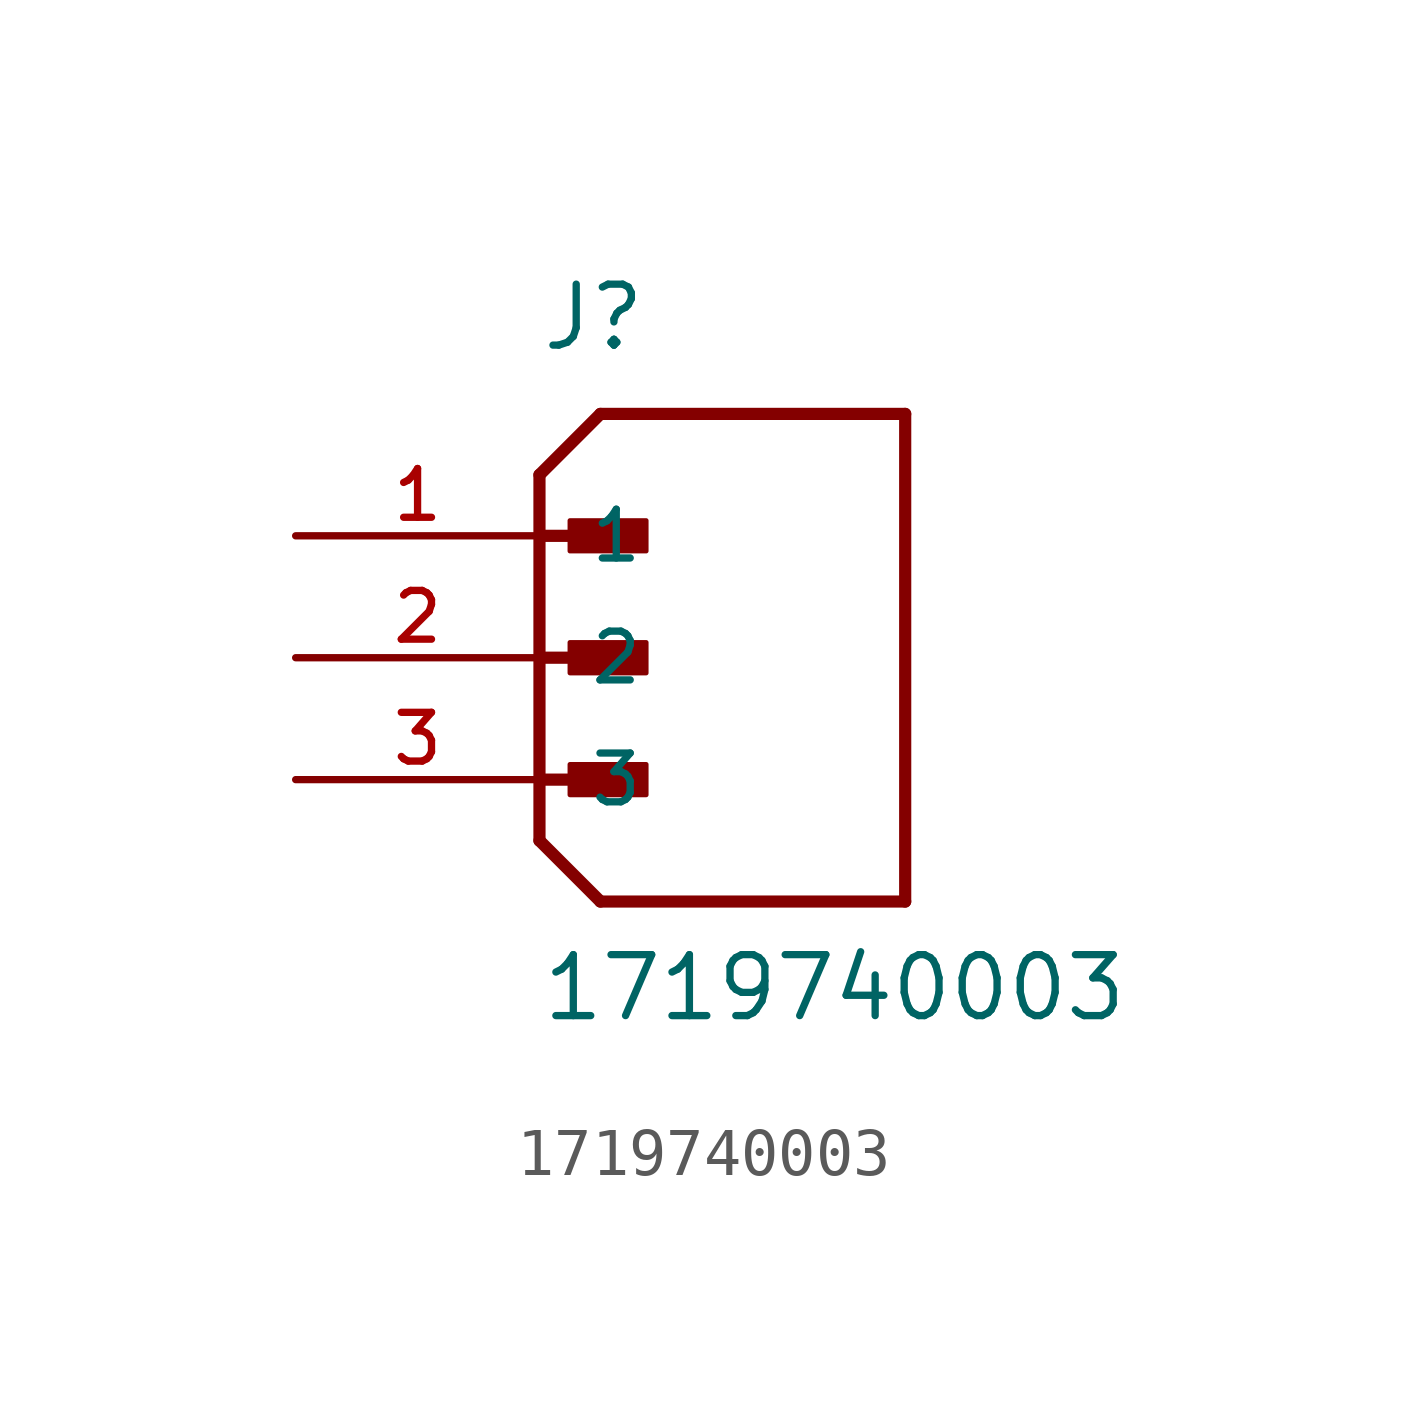
<source format=kicad_sym>
(kicad_symbol_lib
  (version 20211014)
  (generator kicad_symbol_editor)
  (symbol "1719740003"
    (pin_names
      (offset 1.016))
    (property "Reference" "J"
      (at 0.0 6.35 0)
      (effects (font (size 1.27 1.27)) (justify bottom left)))
    (property "Value" "1719740003"
      (at 0.0 -7.62 0)
      (effects (font (size 1.27 1.27)) (justify bottom left)))
    (symbol "1719740003_0_0"
      (polyline (pts (xy 0.0 3.81) (xy 1.27 5.08)) (stroke (width 0.254)))
      (polyline (pts (xy 0.0 3.81) (xy 0.0 2.54)) (stroke (width 0.254)))
      (polyline (pts (xy 0.0 2.54) (xy 0.0 -3.81)) (stroke (width 0.254)))
      (polyline (pts (xy 0.0 -3.81) (xy 1.27 -5.08)) (stroke (width 0.254)))
      (polyline (pts (xy 1.27 -5.08) (xy 7.62 -5.08)) (stroke (width 0.254)))
      (polyline (pts (xy 7.62 -5.08) (xy 7.62 5.08)) (stroke (width 0.254)))
      (polyline (pts (xy 7.62 5.08) (xy 1.27 5.08)) (stroke (width 0.254)))
      (polyline (pts (xy 0.0 2.54) (xy 1.905 2.54)) (stroke (width 0.254)))
      (rectangle (start 0.635 2.223) (end 2.223 2.857) (stroke (width 0.1)) (fill (type outline)))
      (polyline (pts (xy 0.0 0.0) (xy 1.905 0.0)) (stroke (width 0.254)))
      (rectangle (start 0.635 -0.318) (end 2.223 0.318) (stroke (width 0.1)) (fill (type outline)))
      (polyline (pts (xy 0.0 -2.54) (xy 1.905 -2.54)) (stroke (width 0.254)))
      (rectangle (start 0.635 -2.857) (end 2.223 -2.223) (stroke (width 0.1)) (fill (type outline)))
      (pin passive line (at -5.08 2.54 0) (length 5.08) (name "1" (effects (font (size 1.016 1.016)))) (number "1" (effects (font (size 1.016 1.016)))))
      (pin passive line (at -5.08 0.0 0) (length 5.08) (name "2" (effects (font (size 1.016 1.016)))) (number "2" (effects (font (size 1.016 1.016)))))
      (pin passive line (at -5.08 -2.54 0) (length 5.08) (name "3" (effects (font (size 1.016 1.016)))) (number "3" (effects (font (size 1.016 1.016))))))))
</source>
